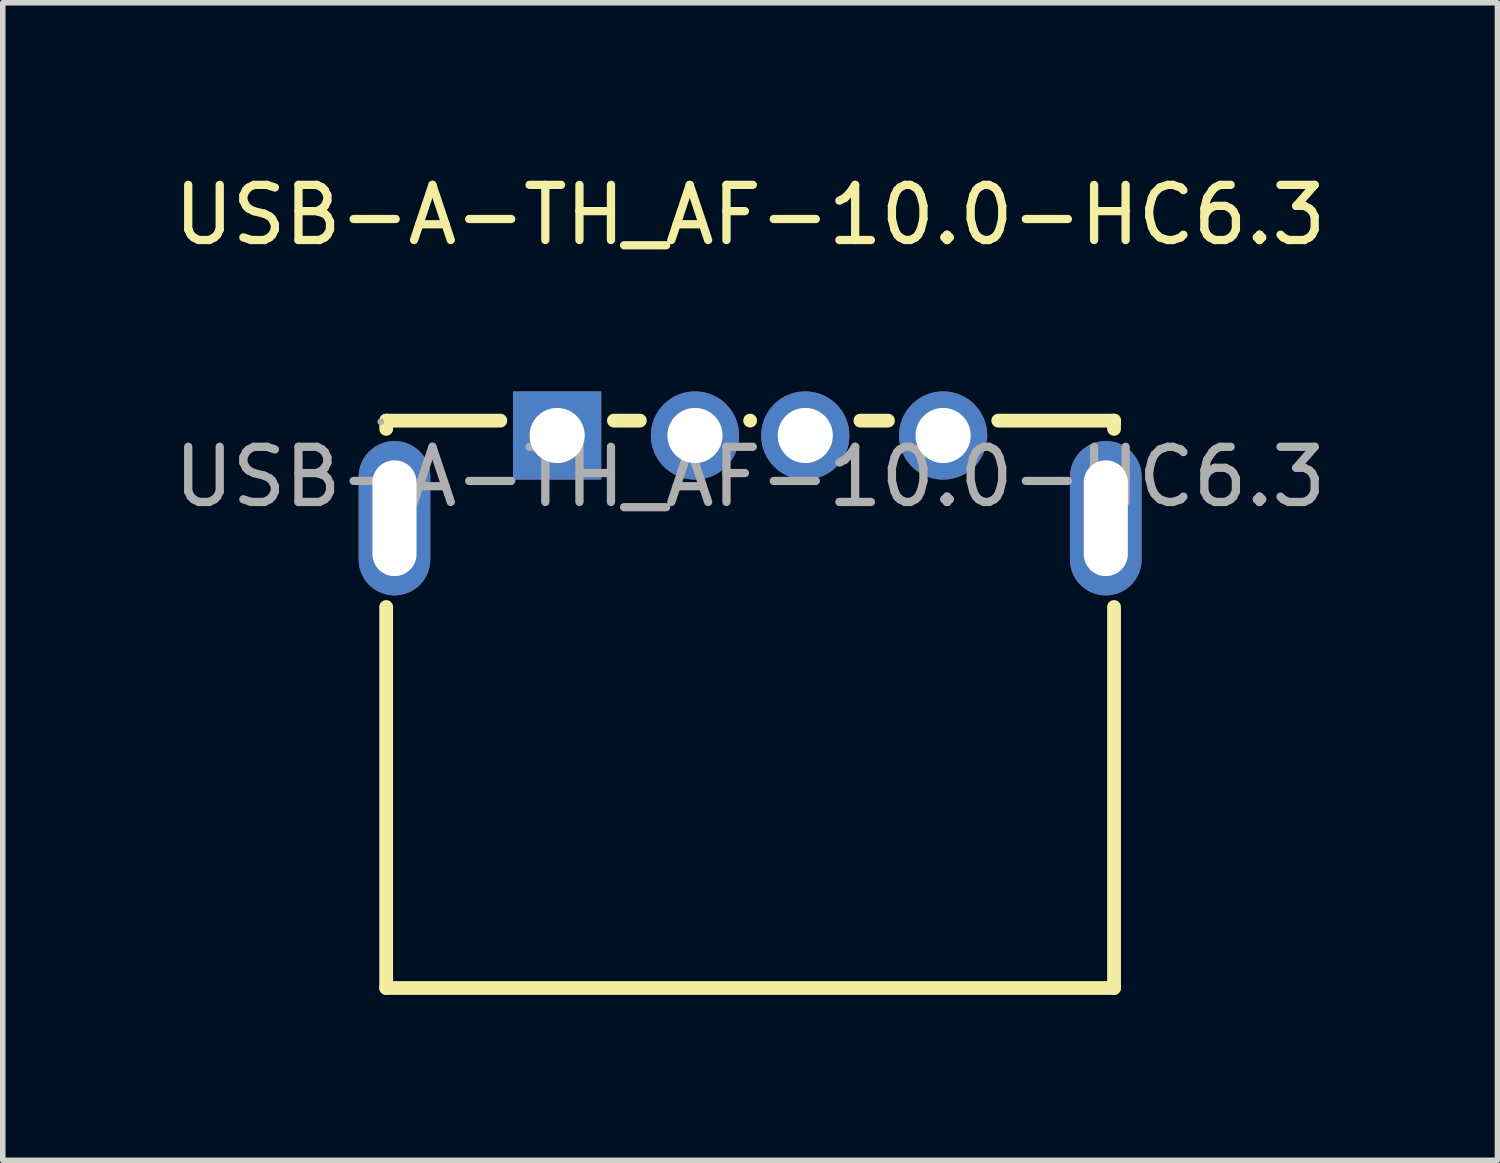
<source format=kicad_pcb>
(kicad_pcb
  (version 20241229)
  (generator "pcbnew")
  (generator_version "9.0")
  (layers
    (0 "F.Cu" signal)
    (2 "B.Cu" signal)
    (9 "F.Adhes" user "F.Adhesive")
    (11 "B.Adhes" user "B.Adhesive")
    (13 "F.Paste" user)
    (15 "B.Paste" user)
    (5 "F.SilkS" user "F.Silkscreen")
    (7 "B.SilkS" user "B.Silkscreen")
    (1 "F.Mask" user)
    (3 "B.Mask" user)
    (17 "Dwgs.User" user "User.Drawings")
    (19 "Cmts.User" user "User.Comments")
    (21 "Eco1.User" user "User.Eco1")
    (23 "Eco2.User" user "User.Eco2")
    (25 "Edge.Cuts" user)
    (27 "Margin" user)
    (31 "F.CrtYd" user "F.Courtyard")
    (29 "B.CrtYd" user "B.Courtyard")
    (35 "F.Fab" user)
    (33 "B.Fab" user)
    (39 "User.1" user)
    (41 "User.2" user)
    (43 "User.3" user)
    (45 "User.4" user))
  (footprint "USB-A-TH_AF-10.0-HC6.3"
    (layer "F.Cu")
    (at 10.554 5.598)
    (property "Reference" "USB-A-TH_AF-10.0-HC6.3" (at 0 -4.75 0) (layer "F.SilkS") (effects (font (size 1 1) (thickness 0.15))))
    (attr through_hole)
    (fp_line (start -6.6 -1.02) (end -4.53 -1.02) (stroke (width 0.25) (type solid)) (layer "F.SilkS"))
    (fp_line (start -6.6 -0.87) (end -6.6 -1.02) (stroke (width 0.25) (type solid)) (layer "F.SilkS"))
    (fp_line (start -6.6 9.27) (end -6.6 2.36) (stroke (width 0.25) (type solid)) (layer "F.SilkS"))
    (fp_line (start -2.47 -1.02) (end -2 -1.02) (stroke (width 0.25) (type solid)) (layer "F.SilkS"))
    (fp_line (start 0 -1.02) (end 0 -1.02) (stroke (width 0.25) (type solid)) (layer "F.SilkS"))
    (fp_line (start 2 -1.02) (end 2.5 -1.02) (stroke (width 0.25) (type solid)) (layer "F.SilkS"))
    (fp_line (start 4.5 -1.02) (end 6.6 -1.02) (stroke (width 0.25) (type solid)) (layer "F.SilkS"))
    (fp_line (start 6.6 -1.02) (end 6.6 -0.87) (stroke (width 0.25) (type solid)) (layer "F.SilkS"))
    (fp_line (start 6.6 2.36) (end 6.6 9.27) (stroke (width 0.25) (type solid)) (layer "F.SilkS"))
    (fp_line (start 6.6 9.27) (end -6.6 9.27) (stroke (width 0.25) (type solid)) (layer "F.SilkS"))
    (fp_circle (center -6.7 -1) (end -6.67 -1) (stroke (width 0.06) (type solid)) (fill no) (layer "F.Fab"))
    (fp_text user "${REFERENCE}" (at 0 0 0) (layer "F.Fab") (effects (font (size 1 1) (thickness 0.15))))
    (pad "1" thru_hole rect (at -3.5 -0.75 180) (size 1.6 1.6) (drill 1) (layers "*.Cu" "*.Mask"))
    (pad "2" thru_hole circle (at -1 -0.75 180) (size 1.6 1.6) (drill 1) (layers "*.Cu" "*.Mask"))
    (pad "3" thru_hole circle (at 1 -0.75 180) (size 1.6 1.6) (drill 1) (layers "*.Cu" "*.Mask"))
    (pad "4" thru_hole circle (at 3.5 -0.75 180) (size 1.6 1.6) (drill 1) (layers "*.Cu" "*.Mask"))
    (pad "5" thru_hole oval (at -6.45 0.75 180) (size 1.3 2.8) (drill oval 0.8 2.1) (layers "*.Cu" "*.Mask"))
    (pad "6" thru_hole oval (at 6.45 0.75 180) (size 1.3 2.8) (drill oval 0.8 2.1) (layers "*.Cu" "*.Mask")))
  (gr_rect
    (start -3 -3)
    (end 24.107 17.993)
    (stroke (width 0.1) (type default))
    (fill no)
    (layer "Edge.Cuts")))
</source>
